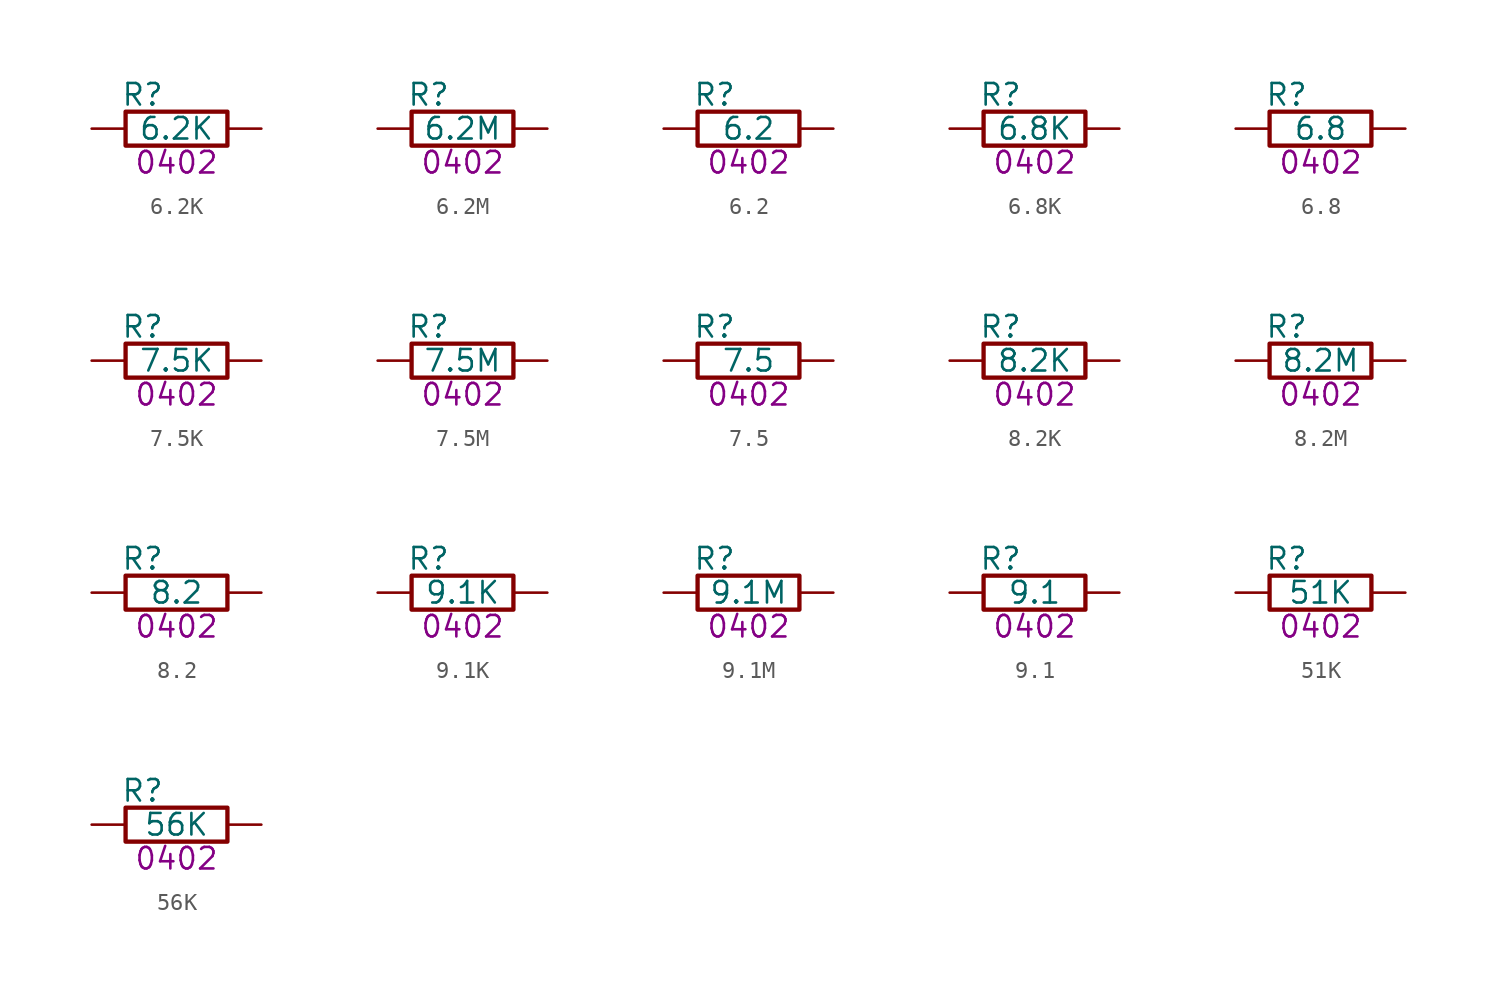
<source format=kicad_sym>
(kicad_symbol_lib
  (version 20211014)
  (generator kicad_symbol_editor)
  (symbol "6.2K"
    (pin_numbers hide)
    (pin_names hide)
    (property "Reference" "R"
      (at -2 1 0)
      (effects (font (size 1.27 1.27))))
    (property "Value" "6.2K"
      (at 0 -1 0)
      (effects (font (size 1.27 1.27))))
    (property "Size" "0402"
      (at 0 -3 0)
      (effects (font (size 1.27 1.27))))
    (symbol "6.2K_0_1"
      (rectangle (start -3 0) (end 3 -2) (stroke (width 0.254) (type default) (color 0 0 0 0)) (fill (type none))))
    (symbol "6.2K_1_1"
      (pin passive line (at -5 -1 0) (length 2) (name "~" (effects (font (size 1.27 1.27)))) (number "1" (effects (font (size 1.27 1.27)))))
      (pin passive line (at 5 -1 180) (length 2) (name "~" (effects (font (size 1.27 1.27)))) (number "2" (effects (font (size 1.27 1.27)))))))
  (symbol "6.2M"
    (pin_numbers hide)
    (pin_names hide)
    (property "Reference" "R"
      (at -2 1 0)
      (effects (font (size 1.27 1.27))))
    (property "Value" "6.2M"
      (at 0 -1 0)
      (effects (font (size 1.27 1.27))))
    (property "Size" "0402"
      (at 0 -3 0)
      (effects (font (size 1.27 1.27))))
    (symbol "6.2M_0_1"
      (rectangle (start -3 0) (end 3 -2) (stroke (width 0.254) (type default) (color 0 0 0 0)) (fill (type none))))
    (symbol "6.2M_1_1"
      (pin passive line (at -5 -1 0) (length 2) (name "~" (effects (font (size 1.27 1.27)))) (number "1" (effects (font (size 1.27 1.27)))))
      (pin passive line (at 5 -1 180) (length 2) (name "~" (effects (font (size 1.27 1.27)))) (number "2" (effects (font (size 1.27 1.27)))))))
  (symbol "6.2"
    (pin_numbers hide)
    (pin_names hide)
    (property "Reference" "R"
      (at -2 1 0)
      (effects (font (size 1.27 1.27))))
    (property "Value" "6.2"
      (at 0 -1 0)
      (effects (font (size 1.27 1.27))))
    (property "Size" "0402"
      (at 0 -3 0)
      (effects (font (size 1.27 1.27))))
    (symbol "6.2_0_1"
      (rectangle (start -3 0) (end 3 -2) (stroke (width 0.254) (type default) (color 0 0 0 0)) (fill (type none))))
    (symbol "6.2_1_1"
      (pin passive line (at -5 -1 0) (length 2) (name "~" (effects (font (size 1.27 1.27)))) (number "1" (effects (font (size 1.27 1.27)))))
      (pin passive line (at 5 -1 180) (length 2) (name "~" (effects (font (size 1.27 1.27)))) (number "2" (effects (font (size 1.27 1.27)))))))
  (symbol "6.8K"
    (pin_numbers hide)
    (pin_names hide)
    (property "Reference" "R"
      (at -2 1 0)
      (effects (font (size 1.27 1.27))))
    (property "Value" "6.8K"
      (at 0 -1 0)
      (effects (font (size 1.27 1.27))))
    (property "Size" "0402"
      (at 0 -3 0)
      (effects (font (size 1.27 1.27))))
    (symbol "6.8K_0_1"
      (rectangle (start -3 0) (end 3 -2) (stroke (width 0.254) (type default) (color 0 0 0 0)) (fill (type none))))
    (symbol "6.8K_1_1"
      (pin passive line (at -5 -1 0) (length 2) (name "~" (effects (font (size 1.27 1.27)))) (number "1" (effects (font (size 1.27 1.27)))))
      (pin passive line (at 5 -1 180) (length 2) (name "~" (effects (font (size 1.27 1.27)))) (number "2" (effects (font (size 1.27 1.27)))))))
  (symbol "6.8"
    (pin_numbers hide)
    (pin_names hide)
    (property "Reference" "R"
      (at -2 1 0)
      (effects (font (size 1.27 1.27))))
    (property "Value" "6.8"
      (at 0 -1 0)
      (effects (font (size 1.27 1.27))))
    (property "Size" "0402"
      (at 0 -3 0)
      (effects (font (size 1.27 1.27))))
    (symbol "6.8_0_1"
      (rectangle (start -3 0) (end 3 -2) (stroke (width 0.254) (type default) (color 0 0 0 0)) (fill (type none))))
    (symbol "6.8_1_1"
      (pin passive line (at -5 -1 0) (length 2) (name "~" (effects (font (size 1.27 1.27)))) (number "1" (effects (font (size 1.27 1.27)))))
      (pin passive line (at 5 -1 180) (length 2) (name "~" (effects (font (size 1.27 1.27)))) (number "2" (effects (font (size 1.27 1.27)))))))
  (symbol "7.5K"
    (pin_numbers hide)
    (pin_names hide)
    (property "Reference" "R"
      (at -2 1 0)
      (effects (font (size 1.27 1.27))))
    (property "Value" "7.5K"
      (at 0 -1 0)
      (effects (font (size 1.27 1.27))))
    (property "Size" "0402"
      (at 0 -3 0)
      (effects (font (size 1.27 1.27))))
    (symbol "7.5K_0_1"
      (rectangle (start -3 0) (end 3 -2) (stroke (width 0.254) (type default) (color 0 0 0 0)) (fill (type none))))
    (symbol "7.5K_1_1"
      (pin passive line (at -5 -1 0) (length 2) (name "~" (effects (font (size 1.27 1.27)))) (number "1" (effects (font (size 1.27 1.27)))))
      (pin passive line (at 5 -1 180) (length 2) (name "~" (effects (font (size 1.27 1.27)))) (number "2" (effects (font (size 1.27 1.27)))))))
  (symbol "7.5M"
    (pin_numbers hide)
    (pin_names hide)
    (property "Reference" "R"
      (at -2 1 0)
      (effects (font (size 1.27 1.27))))
    (property "Value" "7.5M"
      (at 0 -1 0)
      (effects (font (size 1.27 1.27))))
    (property "Size" "0402"
      (at 0 -3 0)
      (effects (font (size 1.27 1.27))))
    (symbol "7.5M_0_1"
      (rectangle (start -3 0) (end 3 -2) (stroke (width 0.254) (type default) (color 0 0 0 0)) (fill (type none))))
    (symbol "7.5M_1_1"
      (pin passive line (at -5 -1 0) (length 2) (name "~" (effects (font (size 1.27 1.27)))) (number "1" (effects (font (size 1.27 1.27)))))
      (pin passive line (at 5 -1 180) (length 2) (name "~" (effects (font (size 1.27 1.27)))) (number "2" (effects (font (size 1.27 1.27)))))))
  (symbol "7.5"
    (pin_numbers hide)
    (pin_names hide)
    (property "Reference" "R"
      (at -2 1 0)
      (effects (font (size 1.27 1.27))))
    (property "Value" "7.5"
      (at 0 -1 0)
      (effects (font (size 1.27 1.27))))
    (property "Size" "0402"
      (at 0 -3 0)
      (effects (font (size 1.27 1.27))))
    (symbol "7.5_0_1"
      (rectangle (start -3 0) (end 3 -2) (stroke (width 0.254) (type default) (color 0 0 0 0)) (fill (type none))))
    (symbol "7.5_1_1"
      (pin passive line (at -5 -1 0) (length 2) (name "~" (effects (font (size 1.27 1.27)))) (number "1" (effects (font (size 1.27 1.27)))))
      (pin passive line (at 5 -1 180) (length 2) (name "~" (effects (font (size 1.27 1.27)))) (number "2" (effects (font (size 1.27 1.27)))))))
  (symbol "8.2K"
    (pin_numbers hide)
    (pin_names hide)
    (property "Reference" "R"
      (at -2 1 0)
      (effects (font (size 1.27 1.27))))
    (property "Value" "8.2K"
      (at 0 -1 0)
      (effects (font (size 1.27 1.27))))
    (property "Size" "0402"
      (at 0 -3 0)
      (effects (font (size 1.27 1.27))))
    (symbol "8.2K_0_1"
      (rectangle (start -3 0) (end 3 -2) (stroke (width 0.254) (type default) (color 0 0 0 0)) (fill (type none))))
    (symbol "8.2K_1_1"
      (pin passive line (at -5 -1 0) (length 2) (name "~" (effects (font (size 1.27 1.27)))) (number "1" (effects (font (size 1.27 1.27)))))
      (pin passive line (at 5 -1 180) (length 2) (name "~" (effects (font (size 1.27 1.27)))) (number "2" (effects (font (size 1.27 1.27)))))))
  (symbol "8.2M"
    (pin_numbers hide)
    (pin_names hide)
    (property "Reference" "R"
      (at -2 1 0)
      (effects (font (size 1.27 1.27))))
    (property "Value" "8.2M"
      (at 0 -1 0)
      (effects (font (size 1.27 1.27))))
    (property "Size" "0402"
      (at 0 -3 0)
      (effects (font (size 1.27 1.27))))
    (symbol "8.2M_0_1"
      (rectangle (start -3 0) (end 3 -2) (stroke (width 0.254) (type default) (color 0 0 0 0)) (fill (type none))))
    (symbol "8.2M_1_1"
      (pin passive line (at -5 -1 0) (length 2) (name "~" (effects (font (size 1.27 1.27)))) (number "1" (effects (font (size 1.27 1.27)))))
      (pin passive line (at 5 -1 180) (length 2) (name "~" (effects (font (size 1.27 1.27)))) (number "2" (effects (font (size 1.27 1.27)))))))
  (symbol "8.2"
    (pin_numbers hide)
    (pin_names hide)
    (property "Reference" "R"
      (at -2 1 0)
      (effects (font (size 1.27 1.27))))
    (property "Value" "8.2"
      (at 0 -1 0)
      (effects (font (size 1.27 1.27))))
    (property "Size" "0402"
      (at 0 -3 0)
      (effects (font (size 1.27 1.27))))
    (symbol "8.2_0_1"
      (rectangle (start -3 0) (end 3 -2) (stroke (width 0.254) (type default) (color 0 0 0 0)) (fill (type none))))
    (symbol "8.2_1_1"
      (pin passive line (at -5 -1 0) (length 2) (name "~" (effects (font (size 1.27 1.27)))) (number "1" (effects (font (size 1.27 1.27)))))
      (pin passive line (at 5 -1 180) (length 2) (name "~" (effects (font (size 1.27 1.27)))) (number "2" (effects (font (size 1.27 1.27)))))))
  (symbol "9.1K"
    (pin_numbers hide)
    (pin_names hide)
    (property "Reference" "R"
      (at -2 1 0)
      (effects (font (size 1.27 1.27))))
    (property "Value" "9.1K"
      (at 0 -1 0)
      (effects (font (size 1.27 1.27))))
    (property "Size" "0402"
      (at 0 -3 0)
      (effects (font (size 1.27 1.27))))
    (symbol "9.1K_0_1"
      (rectangle (start -3 0) (end 3 -2) (stroke (width 0.254) (type default) (color 0 0 0 0)) (fill (type none))))
    (symbol "9.1K_1_1"
      (pin passive line (at -5 -1 0) (length 2) (name "~" (effects (font (size 1.27 1.27)))) (number "1" (effects (font (size 1.27 1.27)))))
      (pin passive line (at 5 -1 180) (length 2) (name "~" (effects (font (size 1.27 1.27)))) (number "2" (effects (font (size 1.27 1.27)))))))
  (symbol "9.1M"
    (pin_numbers hide)
    (pin_names hide)
    (property "Reference" "R"
      (at -2 1 0)
      (effects (font (size 1.27 1.27))))
    (property "Value" "9.1M"
      (at 0 -1 0)
      (effects (font (size 1.27 1.27))))
    (property "Size" "0402"
      (at 0 -3 0)
      (effects (font (size 1.27 1.27))))
    (symbol "9.1M_0_1"
      (rectangle (start -3 0) (end 3 -2) (stroke (width 0.254) (type default) (color 0 0 0 0)) (fill (type none))))
    (symbol "9.1M_1_1"
      (pin passive line (at -5 -1 0) (length 2) (name "~" (effects (font (size 1.27 1.27)))) (number "1" (effects (font (size 1.27 1.27)))))
      (pin passive line (at 5 -1 180) (length 2) (name "~" (effects (font (size 1.27 1.27)))) (number "2" (effects (font (size 1.27 1.27)))))))
  (symbol "9.1"
    (pin_numbers hide)
    (pin_names hide)
    (property "Reference" "R"
      (at -2 1 0)
      (effects (font (size 1.27 1.27))))
    (property "Value" "9.1"
      (at 0 -1 0)
      (effects (font (size 1.27 1.27))))
    (property "Size" "0402"
      (at 0 -3 0)
      (effects (font (size 1.27 1.27))))
    (symbol "9.1_0_1"
      (rectangle (start -3 0) (end 3 -2) (stroke (width 0.254) (type default) (color 0 0 0 0)) (fill (type none))))
    (symbol "9.1_1_1"
      (pin passive line (at -5 -1 0) (length 2) (name "~" (effects (font (size 1.27 1.27)))) (number "1" (effects (font (size 1.27 1.27)))))
      (pin passive line (at 5 -1 180) (length 2) (name "~" (effects (font (size 1.27 1.27)))) (number "2" (effects (font (size 1.27 1.27)))))))
  (symbol "51K"
    (pin_numbers hide)
    (pin_names hide)
    (property "Reference" "R"
      (at -2 1 0)
      (effects (font (size 1.27 1.27))))
    (property "Value" "51K"
      (at 0 -1 0)
      (effects (font (size 1.27 1.27))))
    (property "Size" "0402"
      (at 0 -3 0)
      (effects (font (size 1.27 1.27))))
    (symbol "51K_0_1"
      (rectangle (start -3 0) (end 3 -2) (stroke (width 0.254) (type default) (color 0 0 0 0)) (fill (type none))))
    (symbol "51K_1_1"
      (pin passive line (at -5 -1 0) (length 2) (name "~" (effects (font (size 1.27 1.27)))) (number "1" (effects (font (size 1.27 1.27)))))
      (pin passive line (at 5 -1 180) (length 2) (name "~" (effects (font (size 1.27 1.27)))) (number "2" (effects (font (size 1.27 1.27)))))))
  (symbol "56K"
    (pin_numbers hide)
    (pin_names hide)
    (property "Reference" "R"
      (at -2 1 0)
      (effects (font (size 1.27 1.27))))
    (property "Value" "56K"
      (at 0 -1 0)
      (effects (font (size 1.27 1.27))))
    (property "Size" "0402"
      (at 0 -3 0)
      (effects (font (size 1.27 1.27))))
    (symbol "56K_0_1"
      (rectangle (start -3 0) (end 3 -2) (stroke (width 0.254) (type default) (color 0 0 0 0)) (fill (type none))))
    (symbol "56K_1_1"
      (pin passive line (at -5 -1 0) (length 2) (name "~" (effects (font (size 1.27 1.27)))) (number "1" (effects (font (size 1.27 1.27)))))
      (pin passive line (at 5 -1 180) (length 2) (name "~" (effects (font (size 1.27 1.27)))) (number "2" (effects (font (size 1.27 1.27))))))))
</source>
